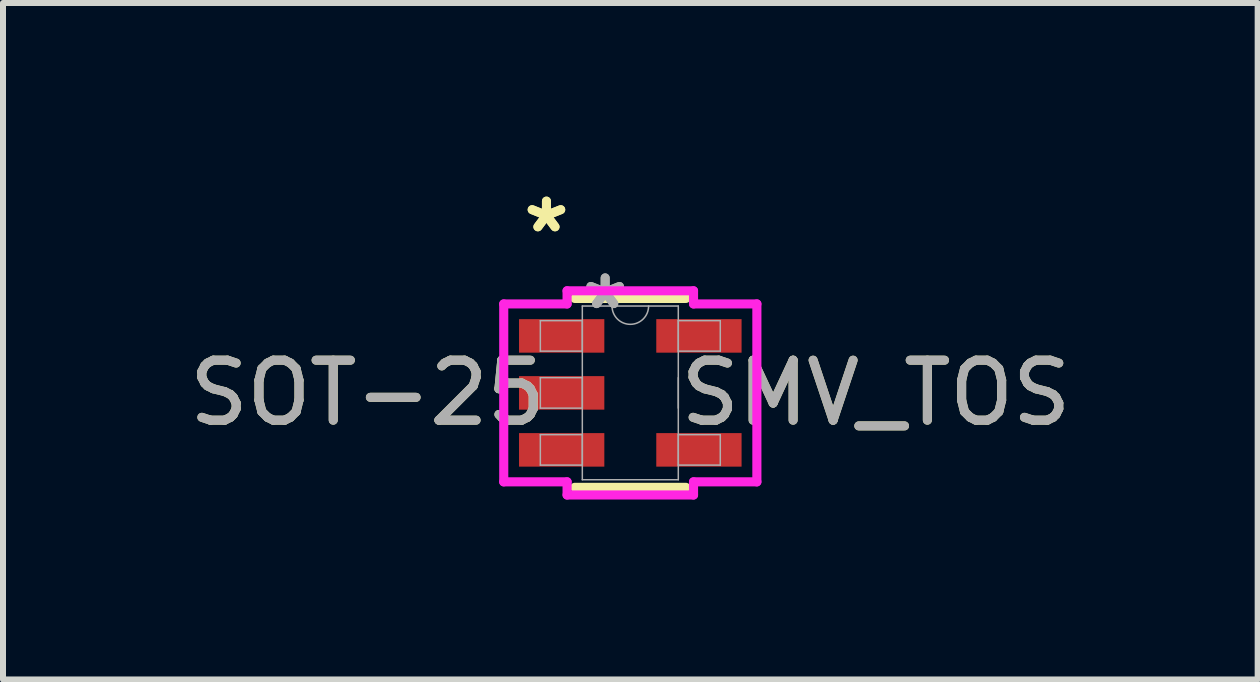
<source format=kicad_pcb>
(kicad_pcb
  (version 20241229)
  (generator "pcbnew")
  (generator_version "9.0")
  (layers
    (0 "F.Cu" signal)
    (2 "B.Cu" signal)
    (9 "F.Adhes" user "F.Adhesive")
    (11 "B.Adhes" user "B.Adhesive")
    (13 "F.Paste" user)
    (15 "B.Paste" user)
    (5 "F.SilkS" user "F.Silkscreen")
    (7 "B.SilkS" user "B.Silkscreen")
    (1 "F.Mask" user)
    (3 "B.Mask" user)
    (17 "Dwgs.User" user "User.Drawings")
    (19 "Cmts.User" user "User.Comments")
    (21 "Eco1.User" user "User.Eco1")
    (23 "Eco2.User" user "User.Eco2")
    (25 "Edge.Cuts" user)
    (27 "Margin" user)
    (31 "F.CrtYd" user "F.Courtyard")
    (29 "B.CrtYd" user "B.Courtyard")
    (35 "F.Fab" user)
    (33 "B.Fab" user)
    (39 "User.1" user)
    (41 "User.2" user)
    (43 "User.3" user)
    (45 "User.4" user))
  (footprint "SOT-25   SMV_TOS"
    (layer "F.Cu")
    (at 7.458 3.5)
    (property "Reference" "SOT-25   SMV_TOS" (at 0 0 0) (unlocked yes) (layer "F.SilkS") (effects (font (size 1 1) (thickness 0.15))))
    (attr smd)
    (fp_line (start -0.927 1.575) (end 0.927 1.575) (stroke (width 0.152) (type solid)) (layer "F.SilkS"))
    (fp_line (start 0.927 -1.575) (end -0.927 -1.575) (stroke (width 0.152) (type solid)) (layer "F.SilkS"))
    (fp_line (start -2.11 -1.483) (end -1.054 -1.483) (stroke (width 0.152) (type solid)) (layer "F.CrtYd"))
    (fp_line (start -2.11 1.483) (end -2.11 -1.483) (stroke (width 0.152) (type solid)) (layer "F.CrtYd"))
    (fp_line (start -2.11 1.483) (end -1.054 1.483) (stroke (width 0.152) (type solid)) (layer "F.CrtYd"))
    (fp_line (start -1.054 -1.702) (end 1.054 -1.702) (stroke (width 0.152) (type solid)) (layer "F.CrtYd"))
    (fp_line (start -1.054 -1.483) (end -1.054 -1.702) (stroke (width 0.152) (type solid)) (layer "F.CrtYd"))
    (fp_line (start -1.054 1.702) (end -1.054 1.483) (stroke (width 0.152) (type solid)) (layer "F.CrtYd"))
    (fp_line (start 1.054 -1.702) (end 1.054 -1.483) (stroke (width 0.152) (type solid)) (layer "F.CrtYd"))
    (fp_line (start 1.054 1.483) (end 1.054 1.702) (stroke (width 0.152) (type solid)) (layer "F.CrtYd"))
    (fp_line (start 1.054 1.702) (end -1.054 1.702) (stroke (width 0.152) (type solid)) (layer "F.CrtYd"))
    (fp_line (start 2.11 -1.483) (end 1.054 -1.483) (stroke (width 0.152) (type solid)) (layer "F.CrtYd"))
    (fp_line (start 2.11 -1.483) (end 2.11 1.483) (stroke (width 0.152) (type solid)) (layer "F.CrtYd"))
    (fp_line (start 2.11 1.483) (end 1.054 1.483) (stroke (width 0.152) (type solid)) (layer "F.CrtYd"))
    (fp_line (start -1.5 -1.204) (end -1.5 -0.696) (stroke (width 0.025) (type solid)) (layer "F.Fab"))
    (fp_line (start -1.5 -0.696) (end -0.8 -0.696) (stroke (width 0.025) (type solid)) (layer "F.Fab"))
    (fp_line (start -1.5 -0.254) (end -1.5 0.254) (stroke (width 0.025) (type solid)) (layer "F.Fab"))
    (fp_line (start -1.5 0.254) (end -0.8 0.254) (stroke (width 0.025) (type solid)) (layer "F.Fab"))
    (fp_line (start -1.5 0.696) (end -1.5 1.204) (stroke (width 0.025) (type solid)) (layer "F.Fab"))
    (fp_line (start -1.5 1.204) (end -0.8 1.204) (stroke (width 0.025) (type solid)) (layer "F.Fab"))
    (fp_line (start -0.8 -1.448) (end -0.8 1.448) (stroke (width 0.025) (type solid)) (layer "F.Fab"))
    (fp_line (start -0.8 -1.204) (end -1.5 -1.204) (stroke (width 0.025) (type solid)) (layer "F.Fab"))
    (fp_line (start -0.8 -0.696) (end -0.8 -1.204) (stroke (width 0.025) (type solid)) (layer "F.Fab"))
    (fp_line (start -0.8 -0.254) (end -1.5 -0.254) (stroke (width 0.025) (type solid)) (layer "F.Fab"))
    (fp_line (start -0.8 0.254) (end -0.8 -0.254) (stroke (width 0.025) (type solid)) (layer "F.Fab"))
    (fp_line (start -0.8 0.696) (end -1.5 0.696) (stroke (width 0.025) (type solid)) (layer "F.Fab"))
    (fp_line (start -0.8 1.204) (end -0.8 0.696) (stroke (width 0.025) (type solid)) (layer "F.Fab"))
    (fp_line (start -0.8 1.448) (end 0.8 1.448) (stroke (width 0.025) (type solid)) (layer "F.Fab"))
    (fp_line (start 0.8 -1.448) (end -0.8 -1.448) (stroke (width 0.025) (type solid)) (layer "F.Fab"))
    (fp_line (start 0.8 -1.204) (end 0.8 -0.696) (stroke (width 0.025) (type solid)) (layer "F.Fab"))
    (fp_line (start 0.8 -0.696) (end 1.5 -0.696) (stroke (width 0.025) (type solid)) (layer "F.Fab"))
    (fp_line (start 0.8 -0.254) (end 0.8 0.254) (stroke (width 0.025) (type solid)) (layer "F.Fab"))
    (fp_line (start 0.8 0.696) (end 0.8 1.204) (stroke (width 0.025) (type solid)) (layer "F.Fab"))
    (fp_line (start 0.8 1.204) (end 1.5 1.204) (stroke (width 0.025) (type solid)) (layer "F.Fab"))
    (fp_line (start 0.8 1.448) (end 0.8 -1.448) (stroke (width 0.025) (type solid)) (layer "F.Fab"))
    (fp_line (start 1.5 -1.204) (end 0.8 -1.204) (stroke (width 0.025) (type solid)) (layer "F.Fab"))
    (fp_line (start 1.5 -0.696) (end 1.5 -1.204) (stroke (width 0.025) (type solid)) (layer "F.Fab"))
    (fp_line (start 1.5 0.696) (end 0.8 0.696) (stroke (width 0.025) (type solid)) (layer "F.Fab"))
    (fp_line (start 1.5 1.204) (end 1.5 0.696) (stroke (width 0.025) (type solid)) (layer "F.Fab"))
    (fp_arc (start 0.3048 -1.4478) (mid 0 -1.143) (end -0.3048 -1.4478) (stroke (width 0.0254) (type solid)) (layer "F.Fab"))
    (fp_text user "*" (at -1.398 -2.652 0) (unlocked yes) (layer "F.SilkS") (effects (font (size 1 1) (thickness 0.15))))
    (fp_text user "*" (at -1.398 -2.652 0) (layer "F.SilkS") (effects (font (size 1 1) (thickness 0.15))))
    (fp_text user "*" (at -0.419 -1.372 0) (unlocked yes) (layer "F.Fab") (effects (font (size 1 1) (thickness 0.15))))
    (fp_text user "*" (at -0.419 -1.372 0) (layer "F.Fab") (effects (font (size 1 1) (thickness 0.15))))
    (fp_text user "${REFERENCE}" (at 0 0 0) (unlocked yes) (layer "F.Fab") (effects (font (size 1 1) (thickness 0.15))))
    (pad "1" smd rect (at -1.144 -0.95) (size 1.422 0.559) (layers "F.Cu" "F.Mask" "F.Paste"))
    (pad "2" smd rect (at -1.144 0) (size 1.422 0.559) (layers "F.Cu" "F.Mask" "F.Paste"))
    (pad "3" smd rect (at -1.144 0.95) (size 1.422 0.559) (layers "F.Cu" "F.Mask" "F.Paste"))
    (pad "4" smd rect (at 1.144 0.95) (size 1.422 0.559) (layers "F.Cu" "F.Mask" "F.Paste"))
    (pad "5" smd rect (at 1.144 -0.95) (size 1.422 0.559) (layers "F.Cu" "F.Mask" "F.Paste")))
  (gr_rect
    (start -3 -3)
    (end 17.917 8.278)
    (stroke (width 0.1) (type default))
    (fill no)
    (layer "Edge.Cuts")))
</source>
